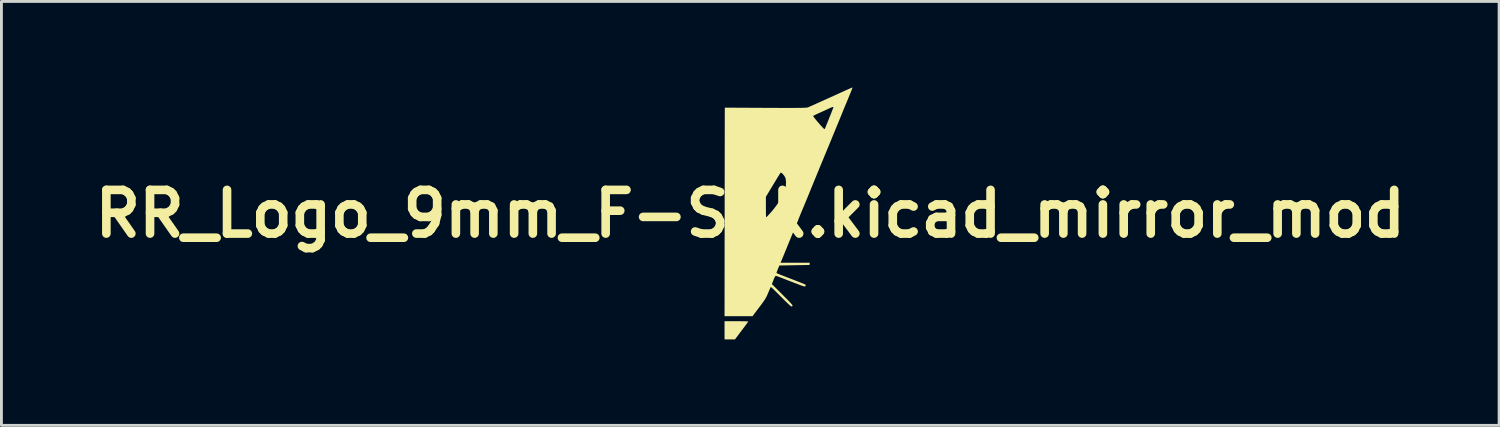
<source format=kicad_pcb>
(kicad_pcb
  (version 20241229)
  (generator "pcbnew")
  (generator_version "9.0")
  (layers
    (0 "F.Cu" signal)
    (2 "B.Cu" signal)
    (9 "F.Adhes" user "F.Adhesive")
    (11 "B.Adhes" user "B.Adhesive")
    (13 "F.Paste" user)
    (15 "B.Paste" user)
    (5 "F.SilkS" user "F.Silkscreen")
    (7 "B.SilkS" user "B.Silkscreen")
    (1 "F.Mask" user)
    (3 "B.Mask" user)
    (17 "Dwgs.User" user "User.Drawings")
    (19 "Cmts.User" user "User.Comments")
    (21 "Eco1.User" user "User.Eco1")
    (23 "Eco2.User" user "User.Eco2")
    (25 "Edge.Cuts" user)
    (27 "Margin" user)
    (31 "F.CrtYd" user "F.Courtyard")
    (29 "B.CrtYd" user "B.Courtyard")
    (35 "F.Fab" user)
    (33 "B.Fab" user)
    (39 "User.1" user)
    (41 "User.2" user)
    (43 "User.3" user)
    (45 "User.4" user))
  (footprint "RR_Logo_9mm_F-Silk.kicad_mirror_mod"
    (layer "F.Cu")
    (at 23.121 4.408)
    (property "Reference" "RR_Logo_9mm_F-Silk.kicad_mirror_mod" (at 0 0 0) (layer "F.SilkS") (effects (font (size 1.524 1.524) (thickness 0.3))))
    (attr board_only exclude_from_pos_files exclude_from_bom)
    (fp_poly (pts (xy -0.367 3.747) (xy -0.264 3.748) (xy -0.177 3.75) (xy -0.114 3.752) (xy -0.077 3.755) (xy -0.07 3.757) (xy -0.08 3.773) (xy -0.109 3.813) (xy -0.152 3.873) (xy -0.208 3.949) (xy -0.273 4.035) (xy -0.302 4.073) (xy -0.533 4.38) (xy -0.897 4.38) (xy -0.897 3.747) (xy -0.484 3.747)) (stroke (width 0) (type solid)) (fill yes) (layer "F.SilkS"))
    (fp_poly (pts (xy 3.562 -4.391) (xy 3.548 -4.35) (xy 3.526 -4.294) (xy 3.525 -4.291) (xy 3.493 -4.212) (xy 3.457 -4.123) (xy 3.429 -4.055) (xy 3.398 -3.978) (xy 3.36 -3.886) (xy 3.322 -3.797) (xy 3.316 -3.782) (xy 3.284 -3.707) (xy 3.255 -3.637) (xy 3.234 -3.584) (xy 3.229 -3.571) (xy 3.216 -3.538) (xy 3.191 -3.477) (xy 3.158 -3.395) (xy 3.117 -3.296) (xy 3.072 -3.185) (xy 3.035 -3.096) (xy 2.984 -2.973) (xy 2.935 -2.852) (xy 2.888 -2.739) (xy 2.848 -2.642) (xy 2.817 -2.566) (xy 2.803 -2.533) (xy 2.771 -2.455) (xy 2.74 -2.379) (xy 2.714 -2.318) (xy 2.709 -2.304) (xy 2.687 -2.254) (xy 2.658 -2.182) (xy 2.624 -2.1) (xy 2.603 -2.049) (xy 2.57 -1.967) (xy 2.537 -1.887) (xy 2.51 -1.822) (xy 2.498 -1.794) (xy 2.482 -1.756) (xy 2.463 -1.711) (xy 2.44 -1.655) (xy 2.411 -1.585) (xy 2.376 -1.498) (xy 2.332 -1.392) (xy 2.279 -1.263) (xy 2.216 -1.109) (xy 2.141 -0.926) (xy 2.111 -0.853) (xy 2.056 -0.717) (xy 2.003 -0.588) (xy 1.955 -0.471) (xy 1.913 -0.37) (xy 1.88 -0.289) (xy 1.857 -0.233) (xy 1.847 -0.211) (xy 1.803 -0.107) (xy 1.762 -0.009) (xy 1.727 0.078) (xy 1.698 0.148) (xy 1.679 0.197) (xy 1.671 0.219) (xy 1.671 0.22) (xy 1.664 0.24) (xy 1.648 0.281) (xy 1.637 0.304) (xy 1.621 0.34) (xy 1.602 0.385) (xy 1.578 0.442) (xy 1.548 0.514) (xy 1.51 0.604) (xy 1.465 0.716) (xy 1.409 0.852) (xy 1.342 1.015) (xy 1.293 1.135) (xy 1.244 1.256) (xy 1.197 1.37) (xy 1.156 1.471) (xy 1.121 1.554) (xy 1.096 1.615) (xy 1.082 1.648) (xy 1.081 1.649) (xy 1.056 1.706) (xy 2.078 1.706) (xy 2.072 1.746) (xy 2.067 1.785) (xy 1.017 1.803) (xy 0.966 1.923) (xy 0.941 1.984) (xy 0.923 2.031) (xy 0.915 2.056) (xy 0.915 2.058) (xy 0.916 2.063) (xy 0.922 2.068) (xy 0.936 2.076) (xy 0.961 2.088) (xy 1.002 2.105) (xy 1.061 2.129) (xy 1.142 2.16) (xy 1.249 2.202) (xy 1.385 2.254) (xy 1.398 2.26) (xy 1.545 2.316) (xy 1.663 2.362) (xy 1.754 2.398) (xy 1.822 2.425) (xy 1.871 2.445) (xy 1.903 2.46) (xy 1.922 2.471) (xy 1.932 2.479) (xy 1.934 2.485) (xy 1.935 2.487) (xy 1.929 2.519) (xy 1.911 2.533) (xy 1.875 2.531) (xy 1.815 2.514) (xy 1.767 2.496) (xy 1.679 2.462) (xy 1.582 2.425) (xy 1.496 2.393) (xy 1.495 2.392) (xy 1.427 2.366) (xy 1.337 2.331) (xy 1.238 2.292) (xy 1.14 2.254) (xy 1.138 2.253) (xy 1.054 2.22) (xy 0.98 2.193) (xy 0.924 2.173) (xy 0.892 2.164) (xy 0.889 2.164) (xy 0.872 2.179) (xy 0.848 2.221) (xy 0.82 2.283) (xy 0.81 2.308) (xy 0.755 2.452) (xy 1.126 2.823) (xy 1.231 2.929) (xy 1.315 3.013) (xy 1.377 3.078) (xy 1.423 3.127) (xy 1.452 3.162) (xy 1.469 3.186) (xy 1.475 3.203) (xy 1.473 3.214) (xy 1.465 3.224) (xy 1.464 3.224) (xy 1.454 3.231) (xy 1.441 3.233) (xy 1.424 3.226) (xy 1.398 3.208) (xy 1.362 3.177) (xy 1.312 3.13) (xy 1.245 3.065) (xy 1.159 2.98) (xy 1.081 2.902) (xy 0.99 2.811) (xy 0.907 2.729) (xy 0.836 2.659) (xy 0.778 2.604) (xy 0.739 2.567) (xy 0.721 2.551) (xy 0.72 2.551) (xy 0.71 2.566) (xy 0.689 2.608) (xy 0.662 2.67) (xy 0.63 2.746) (xy 0.626 2.754) (xy 0.596 2.826) (xy 0.567 2.889) (xy 0.535 2.948) (xy 0.497 3.01) (xy 0.447 3.081) (xy 0.384 3.168) (xy 0.311 3.264) (xy 0.079 3.571) (xy -0.897 3.571) (xy -0.893 -0.235) (xy 0.545 -0.235) (xy 0.546 -0.127) (xy 0.547 -0.032) (xy 0.548 0.045) (xy 0.55 0.098) (xy 0.553 0.122) (xy 0.553 0.123) (xy 0.568 0.111) (xy 0.6 0.08) (xy 0.643 0.036) (xy 0.648 0.031) (xy 0.78 -0.119) (xy 0.902 -0.275) (xy 1.01 -0.433) (xy 1.101 -0.588) (xy 1.172 -0.732) (xy 1.219 -0.862) (xy 1.223 -0.874) (xy 1.243 -0.99) (xy 1.247 -1.109) (xy 1.235 -1.216) (xy 1.23 -1.238) (xy 1.21 -1.285) (xy 1.178 -1.335) (xy 1.14 -1.382) (xy 1.103 -1.418) (xy 1.073 -1.436) (xy 1.058 -1.434) (xy 1.045 -1.414) (xy 1.016 -1.369) (xy 0.974 -1.302) (xy 0.922 -1.217) (xy 0.862 -1.117) (xy 0.796 -1.009) (xy 0.793 -1.004) (xy 0.545 -0.592) (xy 0.545 -0.235) (xy -0.893 -0.235) (xy -0.889 -3.414) (xy 2.194 -3.414) (xy 2.2 -3.398) (xy 2.226 -3.361) (xy 2.267 -3.308) (xy 2.318 -3.246) (xy 2.375 -3.179) (xy 2.433 -3.112) (xy 2.487 -3.051) (xy 2.534 -3.001) (xy 2.568 -2.967) (xy 2.585 -2.955) (xy 2.604 -2.969) (xy 2.608 -2.977) (xy 2.617 -2.999) (xy 2.637 -3.049) (xy 2.666 -3.121) (xy 2.703 -3.211) (xy 2.744 -3.313) (xy 2.76 -3.353) (xy 2.802 -3.457) (xy 2.839 -3.552) (xy 2.869 -3.63) (xy 2.891 -3.689) (xy 2.901 -3.721) (xy 2.902 -3.726) (xy 2.888 -3.728) (xy 2.849 -3.717) (xy 2.794 -3.695) (xy 2.775 -3.686) (xy 2.708 -3.655) (xy 2.621 -3.615) (xy 2.524 -3.571) (xy 2.429 -3.528) (xy 2.427 -3.527) (xy 2.346 -3.49) (xy 2.276 -3.457) (xy 2.224 -3.431) (xy 2.196 -3.416) (xy 2.194 -3.414) (xy -0.889 -3.414) (xy -0.888 -3.703) (xy 0.531 -3.696) (xy 0.799 -3.695) (xy 1.033 -3.694) (xy 1.237 -3.693) (xy 1.411 -3.694) (xy 1.558 -3.694) (xy 1.681 -3.695) (xy 1.781 -3.696) (xy 1.86 -3.698) (xy 1.92 -3.701) (xy 1.964 -3.704) (xy 1.993 -3.708) (xy 2.009 -3.712) (xy 2.047 -3.728) (xy 2.115 -3.758) (xy 2.215 -3.802) (xy 2.344 -3.86) (xy 2.501 -3.931) (xy 2.687 -4.015) (xy 2.901 -4.111) (xy 3.141 -4.22) (xy 3.175 -4.236) (xy 3.283 -4.285) (xy 3.379 -4.328) (xy 3.46 -4.363) (xy 3.521 -4.39) (xy 3.558 -4.405) (xy 3.566 -4.408)) (stroke (width 0) (type solid)) (fill yes) (layer "F.SilkS")))
  (gr_rect
    (start -3 -3)
    (end 49.243 11.788)
    (stroke (width 0.1) (type default))
    (fill no)
    (layer "Edge.Cuts")))
</source>
